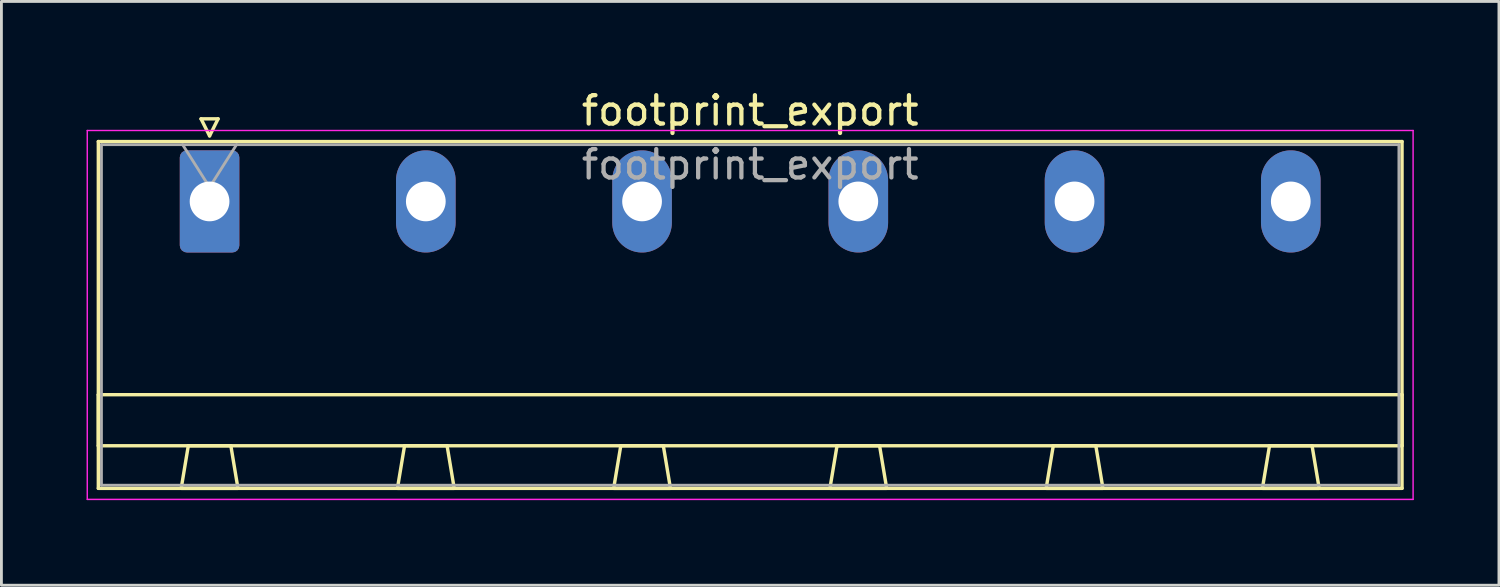
<source format=kicad_pcb>
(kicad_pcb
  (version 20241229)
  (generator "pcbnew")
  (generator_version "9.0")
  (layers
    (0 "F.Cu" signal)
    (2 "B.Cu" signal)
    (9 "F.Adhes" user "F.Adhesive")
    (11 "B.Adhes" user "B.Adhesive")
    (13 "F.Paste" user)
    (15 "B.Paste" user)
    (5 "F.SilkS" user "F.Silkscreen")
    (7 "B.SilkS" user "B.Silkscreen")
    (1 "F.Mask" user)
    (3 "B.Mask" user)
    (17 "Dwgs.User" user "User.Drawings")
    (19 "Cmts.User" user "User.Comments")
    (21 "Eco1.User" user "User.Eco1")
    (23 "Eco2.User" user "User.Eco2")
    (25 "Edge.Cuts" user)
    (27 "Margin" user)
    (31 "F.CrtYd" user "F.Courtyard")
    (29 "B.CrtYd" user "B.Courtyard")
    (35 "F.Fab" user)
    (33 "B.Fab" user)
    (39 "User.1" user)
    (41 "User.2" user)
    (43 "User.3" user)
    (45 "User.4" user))
  (footprint "footprint_export"
    (layer "F.Cu")
    (at 4.335 4.048)
    (property "Reference" "footprint_export" (at 19.05 -3.2 0) (layer "F.SilkS") (effects (font (size 1 1) (thickness 0.15))))
    (attr through_hole)
    (fp_line (start -3.92 -2.11) (end -3.92 10.11) (stroke (width 0.12) (type solid)) (layer "F.SilkS"))
    (fp_line (start -3.92 6.81) (end 42.02 6.81) (stroke (width 0.12) (type solid)) (layer "F.SilkS"))
    (fp_line (start -3.92 8.61) (end -3.92 6.81) (stroke (width 0.12) (type solid)) (layer "F.SilkS"))
    (fp_line (start -3.92 10.11) (end 42.02 10.11) (stroke (width 0.12) (type solid)) (layer "F.SilkS"))
    (fp_line (start -1 10.11) (end 1 10.11) (stroke (width 0.12) (type solid)) (layer "F.SilkS"))
    (fp_line (start -0.75 8.61) (end -1 10.11) (stroke (width 0.12) (type solid)) (layer "F.SilkS"))
    (fp_line (start -0.3 -2.91) (end 0.3 -2.91) (stroke (width 0.12) (type solid)) (layer "F.SilkS"))
    (fp_line (start 0 -2.31) (end -0.3 -2.91) (stroke (width 0.12) (type solid)) (layer "F.SilkS"))
    (fp_line (start 0.3 -2.91) (end 0 -2.31) (stroke (width 0.12) (type solid)) (layer "F.SilkS"))
    (fp_line (start 0.75 8.61) (end -0.75 8.61) (stroke (width 0.12) (type solid)) (layer "F.SilkS"))
    (fp_line (start 1 10.11) (end 0.75 8.61) (stroke (width 0.12) (type solid)) (layer "F.SilkS"))
    (fp_line (start 6.62 10.11) (end 8.62 10.11) (stroke (width 0.12) (type solid)) (layer "F.SilkS"))
    (fp_line (start 6.87 8.61) (end 6.62 10.11) (stroke (width 0.12) (type solid)) (layer "F.SilkS"))
    (fp_line (start 8.37 8.61) (end 6.87 8.61) (stroke (width 0.12) (type solid)) (layer "F.SilkS"))
    (fp_line (start 8.62 10.11) (end 8.37 8.61) (stroke (width 0.12) (type solid)) (layer "F.SilkS"))
    (fp_line (start 14.24 10.11) (end 16.24 10.11) (stroke (width 0.12) (type solid)) (layer "F.SilkS"))
    (fp_line (start 14.49 8.61) (end 14.24 10.11) (stroke (width 0.12) (type solid)) (layer "F.SilkS"))
    (fp_line (start 15.99 8.61) (end 14.49 8.61) (stroke (width 0.12) (type solid)) (layer "F.SilkS"))
    (fp_line (start 16.24 10.11) (end 15.99 8.61) (stroke (width 0.12) (type solid)) (layer "F.SilkS"))
    (fp_line (start 21.86 10.11) (end 23.86 10.11) (stroke (width 0.12) (type solid)) (layer "F.SilkS"))
    (fp_line (start 22.11 8.61) (end 21.86 10.11) (stroke (width 0.12) (type solid)) (layer "F.SilkS"))
    (fp_line (start 23.61 8.61) (end 22.11 8.61) (stroke (width 0.12) (type solid)) (layer "F.SilkS"))
    (fp_line (start 23.86 10.11) (end 23.61 8.61) (stroke (width 0.12) (type solid)) (layer "F.SilkS"))
    (fp_line (start 29.48 10.11) (end 31.48 10.11) (stroke (width 0.12) (type solid)) (layer "F.SilkS"))
    (fp_line (start 29.73 8.61) (end 29.48 10.11) (stroke (width 0.12) (type solid)) (layer "F.SilkS"))
    (fp_line (start 31.23 8.61) (end 29.73 8.61) (stroke (width 0.12) (type solid)) (layer "F.SilkS"))
    (fp_line (start 31.48 10.11) (end 31.23 8.61) (stroke (width 0.12) (type solid)) (layer "F.SilkS"))
    (fp_line (start 37.1 10.11) (end 39.1 10.11) (stroke (width 0.12) (type solid)) (layer "F.SilkS"))
    (fp_line (start 37.35 8.61) (end 37.1 10.11) (stroke (width 0.12) (type solid)) (layer "F.SilkS"))
    (fp_line (start 38.85 8.61) (end 37.35 8.61) (stroke (width 0.12) (type solid)) (layer "F.SilkS"))
    (fp_line (start 39.1 10.11) (end 38.85 8.61) (stroke (width 0.12) (type solid)) (layer "F.SilkS"))
    (fp_line (start 42.02 -2.11) (end -3.92 -2.11) (stroke (width 0.12) (type solid)) (layer "F.SilkS"))
    (fp_line (start 42.02 6.81) (end 42.02 8.61) (stroke (width 0.12) (type solid)) (layer "F.SilkS"))
    (fp_line (start 42.02 8.61) (end -3.92 8.61) (stroke (width 0.12) (type solid)) (layer "F.SilkS"))
    (fp_line (start 42.02 10.11) (end 42.02 -2.11) (stroke (width 0.12) (type solid)) (layer "F.SilkS"))
    (fp_line (start -4.31 -2.5) (end -4.31 10.5) (stroke (width 0.05) (type solid)) (layer "F.CrtYd"))
    (fp_line (start -4.31 10.5) (end 42.41 10.5) (stroke (width 0.05) (type solid)) (layer "F.CrtYd"))
    (fp_line (start 42.41 -2.5) (end -4.31 -2.5) (stroke (width 0.05) (type solid)) (layer "F.CrtYd"))
    (fp_line (start 42.41 10.5) (end 42.41 -2.5) (stroke (width 0.05) (type solid)) (layer "F.CrtYd"))
    (fp_line (start -3.81 -2) (end -3.81 10) (stroke (width 0.1) (type solid)) (layer "F.Fab"))
    (fp_line (start -3.81 10) (end 41.91 10) (stroke (width 0.1) (type solid)) (layer "F.Fab"))
    (fp_line (start 0 -0.5) (end -0.95 -2) (stroke (width 0.1) (type solid)) (layer "F.Fab"))
    (fp_line (start 0.95 -2) (end 0 -0.5) (stroke (width 0.1) (type solid)) (layer "F.Fab"))
    (fp_line (start 41.91 -2) (end -3.81 -2) (stroke (width 0.1) (type solid)) (layer "F.Fab"))
    (fp_line (start 41.91 10) (end 41.91 -2) (stroke (width 0.1) (type solid)) (layer "F.Fab"))
    (fp_text user "${REFERENCE}" (at 19.05 -1.3 0) (layer "F.Fab") (effects (font (size 1 1) (thickness 0.15))))
    (pad "1" thru_hole roundrect (at 0 0) (size 2.1 3.6) (drill 1.4) (layers "*.Cu" "*.Mask") (roundrect_rratio 0.119))
    (pad "2" thru_hole oval (at 7.62 0) (size 2.1 3.6) (drill 1.4) (layers "*.Cu" "*.Mask"))
    (pad "3" thru_hole oval (at 15.24 0) (size 2.1 3.6) (drill 1.4) (layers "*.Cu" "*.Mask"))
    (pad "4" thru_hole oval (at 22.86 0) (size 2.1 3.6) (drill 1.4) (layers "*.Cu" "*.Mask"))
    (pad "5" thru_hole oval (at 30.48 0) (size 2.1 3.6) (drill 1.4) (layers "*.Cu" "*.Mask"))
    (pad "6" thru_hole oval (at 38.1 0) (size 2.1 3.6) (drill 1.4) (layers "*.Cu" "*.Mask")))
  (gr_rect
    (start -3 -3)
    (end 49.77 17.573)
    (stroke (width 0.1) (type default))
    (fill no)
    (layer "Edge.Cuts")))
</source>
